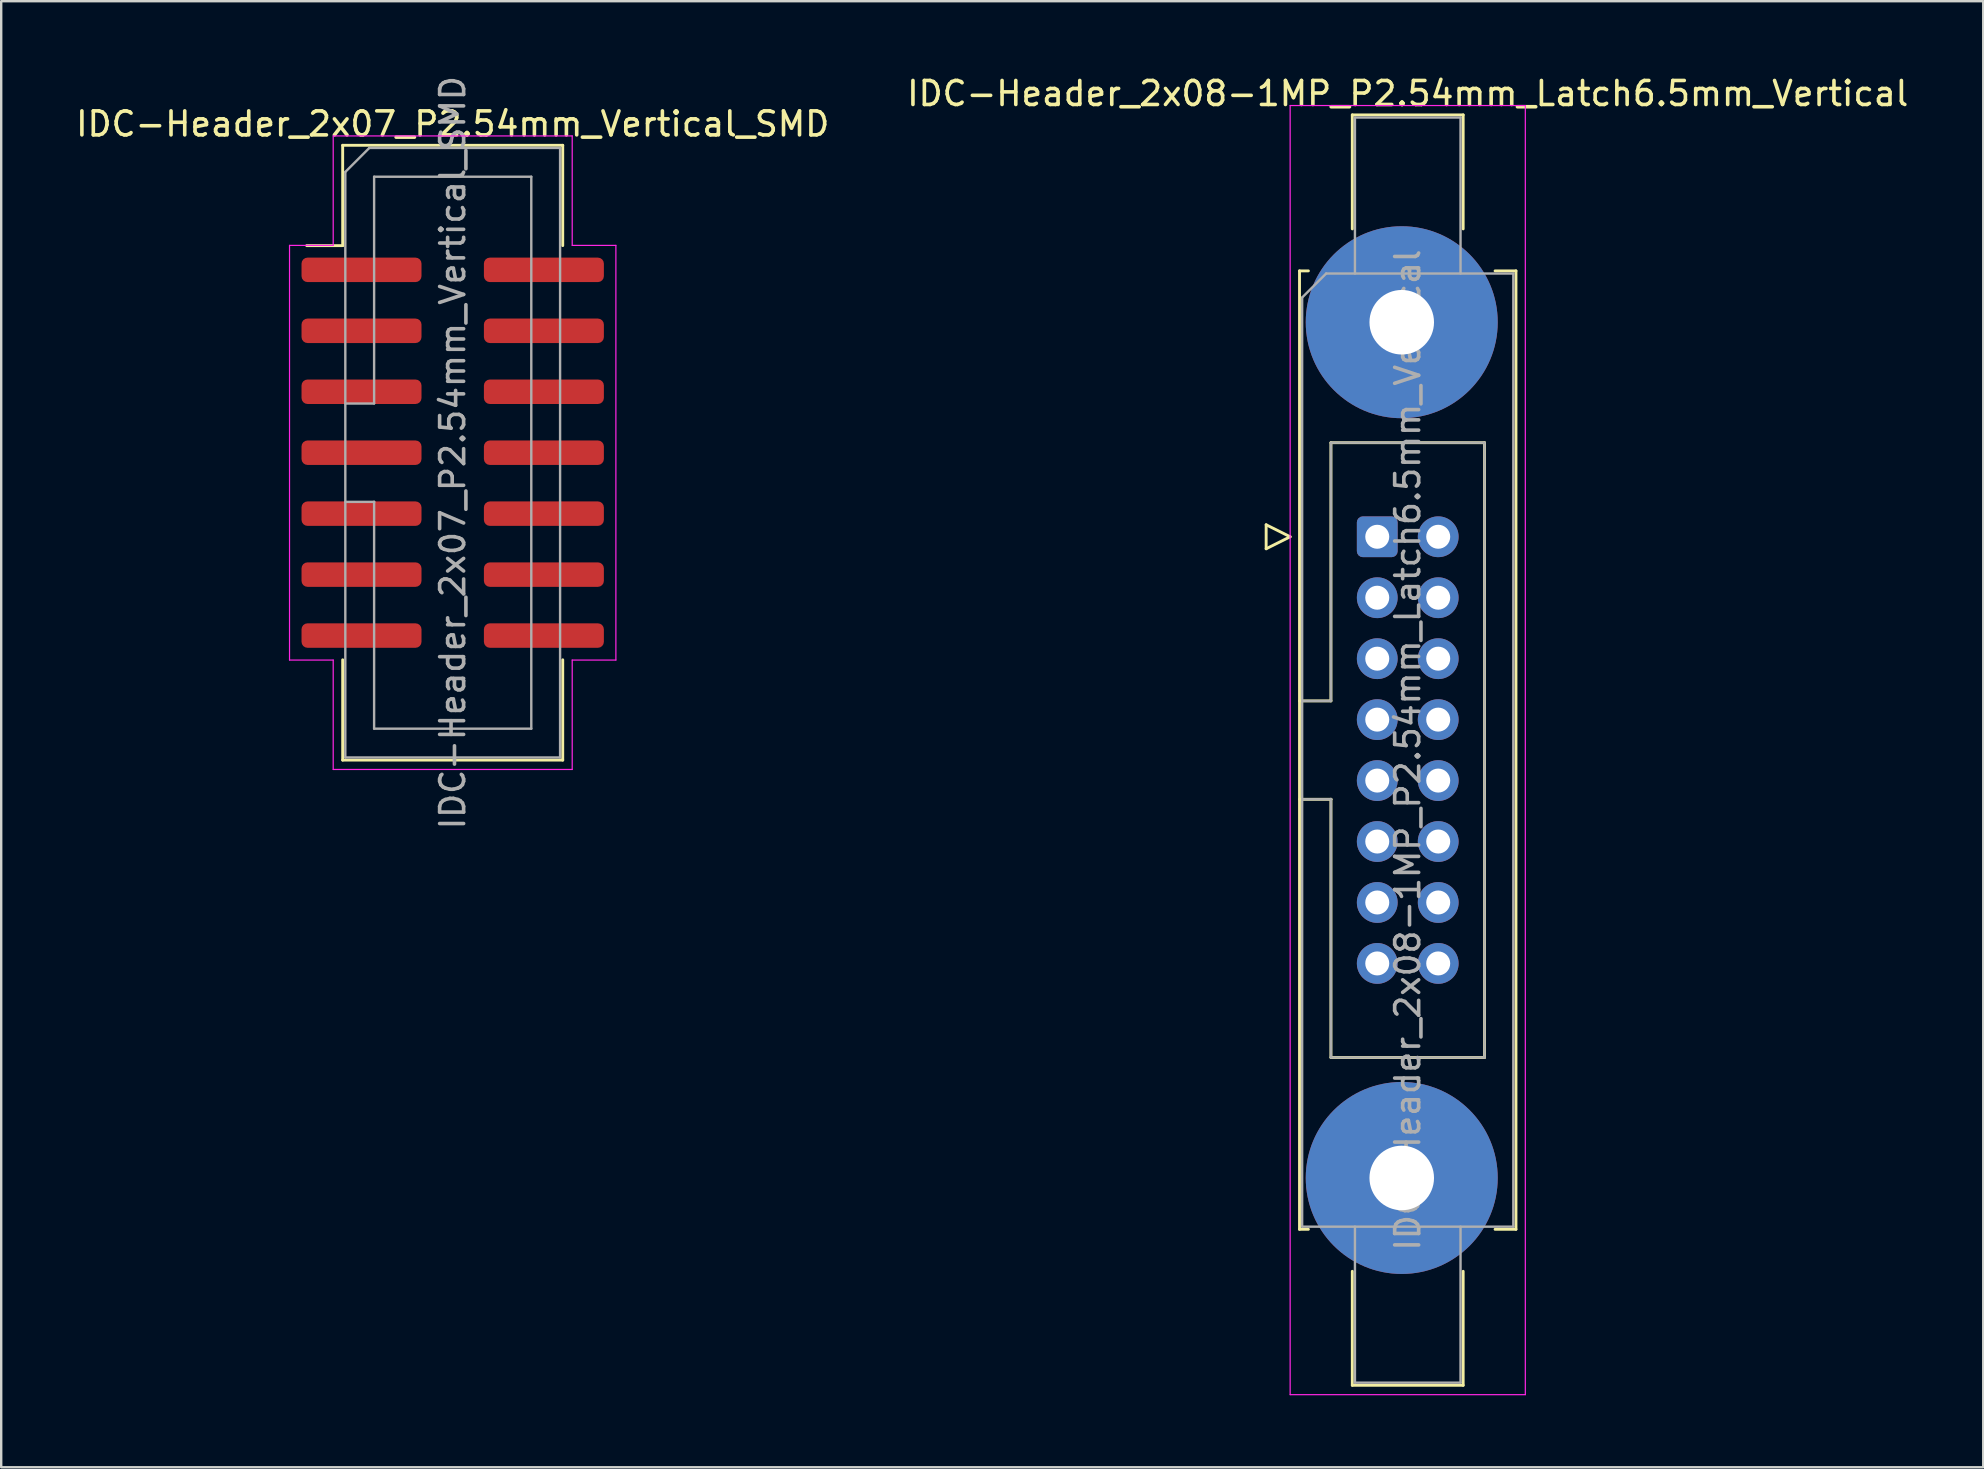
<source format=kicad_pcb>
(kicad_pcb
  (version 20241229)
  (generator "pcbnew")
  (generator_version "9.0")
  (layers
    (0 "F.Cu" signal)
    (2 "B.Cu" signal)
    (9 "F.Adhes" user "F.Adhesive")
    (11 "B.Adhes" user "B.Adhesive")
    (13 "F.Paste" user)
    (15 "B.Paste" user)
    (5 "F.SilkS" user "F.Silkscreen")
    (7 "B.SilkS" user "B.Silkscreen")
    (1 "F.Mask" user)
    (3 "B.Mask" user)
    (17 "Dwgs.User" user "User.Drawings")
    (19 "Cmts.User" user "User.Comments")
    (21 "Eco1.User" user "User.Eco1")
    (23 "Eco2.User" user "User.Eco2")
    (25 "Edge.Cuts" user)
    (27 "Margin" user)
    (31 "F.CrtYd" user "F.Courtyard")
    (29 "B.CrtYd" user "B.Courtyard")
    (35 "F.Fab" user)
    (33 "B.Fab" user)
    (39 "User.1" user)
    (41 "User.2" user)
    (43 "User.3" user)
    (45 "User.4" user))
  (footprint "IDC-Header_2x08-1MP_P2.54mm_Latch6.5mm_Vertical"
    (layer "F.Cu")
    (at 54.343 19.318)
    (property "Reference" "IDC-Header_2x08-1MP_P2.54mm_Latch6.5mm_Vertical" (at 1.27 -18.47 0) (layer "F.SilkS") (effects (font (size 1 1) (thickness 0.15))))
    (attr through_hole)
    (fp_line (start -4.63 -0.5) (end -4.63 0.5) (stroke (width 0.12) (type solid)) (layer "F.SilkS"))
    (fp_line (start -4.63 0.5) (end -3.63 0) (stroke (width 0.12) (type solid)) (layer "F.SilkS"))
    (fp_line (start -3.63 0) (end -4.63 -0.5) (stroke (width 0.12) (type solid)) (layer "F.SilkS"))
    (fp_line (start -3.24 -11.08) (end -3.24 28.86) (stroke (width 0.12) (type solid)) (layer "F.SilkS"))
    (fp_line (start -3.24 6.84) (end -1.93 6.84) (stroke (width 0.12) (type solid)) (layer "F.SilkS"))
    (fp_line (start -3.24 28.86) (end -2.87 28.86) (stroke (width 0.12) (type solid)) (layer "F.SilkS"))
    (fp_line (start -2.87 -11.08) (end -3.24 -11.08) (stroke (width 0.12) (type solid)) (layer "F.SilkS"))
    (fp_line (start -1.93 -3.92) (end 4.47 -3.92) (stroke (width 0.12) (type solid)) (layer "F.SilkS"))
    (fp_line (start -1.93 6.84) (end -1.93 -3.92) (stroke (width 0.12) (type solid)) (layer "F.SilkS"))
    (fp_line (start -1.93 10.94) (end -3.24 10.94) (stroke (width 0.12) (type solid)) (layer "F.SilkS"))
    (fp_line (start -1.93 10.94) (end -1.93 10.94) (stroke (width 0.12) (type solid)) (layer "F.SilkS"))
    (fp_line (start -1.93 21.7) (end -1.93 10.94) (stroke (width 0.12) (type solid)) (layer "F.SilkS"))
    (fp_line (start -1.04 -17.58) (end 3.58 -17.58) (stroke (width 0.12) (type solid)) (layer "F.SilkS"))
    (fp_line (start -1.04 -12.83) (end -1.04 -17.58) (stroke (width 0.12) (type solid)) (layer "F.SilkS"))
    (fp_line (start -1.04 30.61) (end -1.04 35.36) (stroke (width 0.12) (type solid)) (layer "F.SilkS"))
    (fp_line (start -1.04 35.36) (end 3.58 35.36) (stroke (width 0.12) (type solid)) (layer "F.SilkS"))
    (fp_line (start 3.58 -17.58) (end 3.58 -12.83) (stroke (width 0.12) (type solid)) (layer "F.SilkS"))
    (fp_line (start 3.58 35.36) (end 3.58 30.61) (stroke (width 0.12) (type solid)) (layer "F.SilkS"))
    (fp_line (start 4.47 -3.92) (end 4.47 21.7) (stroke (width 0.12) (type solid)) (layer "F.SilkS"))
    (fp_line (start 4.47 21.7) (end -1.93 21.7) (stroke (width 0.12) (type solid)) (layer "F.SilkS"))
    (fp_line (start 4.91 -11.08) (end 5.78 -11.08) (stroke (width 0.12) (type solid)) (layer "F.SilkS"))
    (fp_line (start 5.78 -11.08) (end 5.78 28.86) (stroke (width 0.12) (type solid)) (layer "F.SilkS"))
    (fp_line (start 5.78 28.86) (end 4.91 28.86) (stroke (width 0.12) (type solid)) (layer "F.SilkS"))
    (fp_line (start -3.63 -17.97) (end -3.63 35.75) (stroke (width 0.05) (type solid)) (layer "F.CrtYd"))
    (fp_line (start -3.63 35.75) (end 6.17 35.75) (stroke (width 0.05) (type solid)) (layer "F.CrtYd"))
    (fp_line (start 6.17 -17.97) (end -3.63 -17.97) (stroke (width 0.05) (type solid)) (layer "F.CrtYd"))
    (fp_line (start 6.17 35.75) (end 6.17 -17.97) (stroke (width 0.05) (type solid)) (layer "F.CrtYd"))
    (fp_line (start -3.13 -9.97) (end -2.13 -10.97) (stroke (width 0.1) (type solid)) (layer "F.Fab"))
    (fp_line (start -3.13 6.84) (end -1.93 6.84) (stroke (width 0.1) (type solid)) (layer "F.Fab"))
    (fp_line (start -3.13 28.75) (end -3.13 -9.97) (stroke (width 0.1) (type solid)) (layer "F.Fab"))
    (fp_line (start -2.13 -10.97) (end 5.67 -10.97) (stroke (width 0.1) (type solid)) (layer "F.Fab"))
    (fp_line (start -1.93 -3.92) (end 4.47 -3.92) (stroke (width 0.1) (type solid)) (layer "F.Fab"))
    (fp_line (start -1.93 6.84) (end -1.93 -3.92) (stroke (width 0.1) (type solid)) (layer "F.Fab"))
    (fp_line (start -1.93 10.94) (end -3.13 10.94) (stroke (width 0.1) (type solid)) (layer "F.Fab"))
    (fp_line (start -1.93 10.94) (end -1.93 10.94) (stroke (width 0.1) (type solid)) (layer "F.Fab"))
    (fp_line (start -1.93 21.7) (end -1.93 10.94) (stroke (width 0.1) (type solid)) (layer "F.Fab"))
    (fp_line (start -0.93 -17.47) (end 3.47 -17.47) (stroke (width 0.1) (type solid)) (layer "F.Fab"))
    (fp_line (start -0.93 -10.97) (end -0.93 -17.47) (stroke (width 0.1) (type solid)) (layer "F.Fab"))
    (fp_line (start -0.93 28.75) (end -0.93 35.25) (stroke (width 0.1) (type solid)) (layer "F.Fab"))
    (fp_line (start -0.93 35.25) (end 3.47 35.25) (stroke (width 0.1) (type solid)) (layer "F.Fab"))
    (fp_line (start 3.47 -17.47) (end 3.47 -10.97) (stroke (width 0.1) (type solid)) (layer "F.Fab"))
    (fp_line (start 3.47 35.25) (end 3.47 28.75) (stroke (width 0.1) (type solid)) (layer "F.Fab"))
    (fp_line (start 4.47 -3.92) (end 4.47 21.7) (stroke (width 0.1) (type solid)) (layer "F.Fab"))
    (fp_line (start 4.47 21.7) (end -1.93 21.7) (stroke (width 0.1) (type solid)) (layer "F.Fab"))
    (fp_line (start 5.67 -10.97) (end 5.67 28.75) (stroke (width 0.1) (type solid)) (layer "F.Fab"))
    (fp_line (start 5.67 28.75) (end -3.13 28.75) (stroke (width 0.1) (type solid)) (layer "F.Fab"))
    (fp_text user "${REFERENCE}" (at 1.27 8.89 90) (layer "F.Fab") (effects (font (size 1 1) (thickness 0.15))))
    (pad "1" thru_hole roundrect (at 0 0) (size 1.7 1.7) (drill 1) (layers "*.Cu" "*.Mask") (roundrect_rratio 0.147))
    (pad "2" thru_hole circle (at 2.54 0) (size 1.7 1.7) (drill 1) (layers "*.Cu" "*.Mask"))
    (pad "3" thru_hole circle (at 0 2.54) (size 1.7 1.7) (drill 1) (layers "*.Cu" "*.Mask"))
    (pad "4" thru_hole circle (at 2.54 2.54) (size 1.7 1.7) (drill 1) (layers "*.Cu" "*.Mask"))
    (pad "5" thru_hole circle (at 0 5.08) (size 1.7 1.7) (drill 1) (layers "*.Cu" "*.Mask"))
    (pad "6" thru_hole circle (at 2.54 5.08) (size 1.7 1.7) (drill 1) (layers "*.Cu" "*.Mask"))
    (pad "7" thru_hole circle (at 0 7.62) (size 1.7 1.7) (drill 1) (layers "*.Cu" "*.Mask"))
    (pad "8" thru_hole circle (at 2.54 7.62) (size 1.7 1.7) (drill 1) (layers "*.Cu" "*.Mask"))
    (pad "9" thru_hole circle (at 0 10.16) (size 1.7 1.7) (drill 1) (layers "*.Cu" "*.Mask"))
    (pad "10" thru_hole circle (at 2.54 10.16) (size 1.7 1.7) (drill 1) (layers "*.Cu" "*.Mask"))
    (pad "11" thru_hole circle (at 0 12.7) (size 1.7 1.7) (drill 1) (layers "*.Cu" "*.Mask"))
    (pad "12" thru_hole circle (at 2.54 12.7) (size 1.7 1.7) (drill 1) (layers "*.Cu" "*.Mask"))
    (pad "13" thru_hole circle (at 0 15.24) (size 1.7 1.7) (drill 1) (layers "*.Cu" "*.Mask"))
    (pad "14" thru_hole circle (at 2.54 15.24) (size 1.7 1.7) (drill 1) (layers "*.Cu" "*.Mask"))
    (pad "15" thru_hole circle (at 0 17.78) (size 1.7 1.7) (drill 1) (layers "*.Cu" "*.Mask"))
    (pad "16" thru_hole circle (at 2.54 17.78) (size 1.7 1.7) (drill 1) (layers "*.Cu" "*.Mask"))
    (pad "MP" thru_hole circle (at 1.02 -8.94) (size 8 8) (drill 2.69) (layers "*.Cu" "*.Mask"))
    (pad "MP" thru_hole circle (at 1.02 26.72) (size 8 8) (drill 2.69) (layers "*.Cu" "*.Mask")))
  (footprint "IDC-Header_2x07_P2.54mm_Vertical_SMD"
    (layer "F.Cu")
    (at 15.815 15.815)
    (property "Reference" "IDC-Header_2x07_P2.54mm_Vertical_SMD" (at 0 -13.7 0) (layer "F.SilkS") (effects (font (size 1 1) (thickness 0.15))))
    (attr smd)
    (fp_line (start -4.585 -12.81) (end 4.585 -12.81) (stroke (width 0.12) (type solid)) (layer "F.SilkS"))
    (fp_line (start -4.585 -8.63) (end -6.085 -8.63) (stroke (width 0.12) (type solid)) (layer "F.SilkS"))
    (fp_line (start -4.585 -8.63) (end -4.585 -12.81) (stroke (width 0.12) (type solid)) (layer "F.SilkS"))
    (fp_line (start -4.585 8.63) (end -4.585 12.81) (stroke (width 0.12) (type solid)) (layer "F.SilkS"))
    (fp_line (start -4.585 12.81) (end 4.585 12.81) (stroke (width 0.12) (type solid)) (layer "F.SilkS"))
    (fp_line (start 4.585 -12.81) (end 4.585 -8.63) (stroke (width 0.12) (type solid)) (layer "F.SilkS"))
    (fp_line (start 4.585 12.81) (end 4.585 8.63) (stroke (width 0.12) (type solid)) (layer "F.SilkS"))
    (fp_line (start -6.8 -8.64) (end -6.8 8.64) (stroke (width 0.05) (type solid)) (layer "F.CrtYd"))
    (fp_line (start -6.8 8.64) (end -4.98 8.64) (stroke (width 0.05) (type solid)) (layer "F.CrtYd"))
    (fp_line (start -4.98 -13.2) (end -4.98 -8.64) (stroke (width 0.05) (type solid)) (layer "F.CrtYd"))
    (fp_line (start -4.98 -8.64) (end -6.8 -8.64) (stroke (width 0.05) (type solid)) (layer "F.CrtYd"))
    (fp_line (start -4.98 8.64) (end -4.98 13.2) (stroke (width 0.05) (type solid)) (layer "F.CrtYd"))
    (fp_line (start -4.98 13.2) (end 4.98 13.2) (stroke (width 0.05) (type solid)) (layer "F.CrtYd"))
    (fp_line (start 4.98 -13.2) (end -4.98 -13.2) (stroke (width 0.05) (type solid)) (layer "F.CrtYd"))
    (fp_line (start 4.98 -8.64) (end 4.98 -13.2) (stroke (width 0.05) (type solid)) (layer "F.CrtYd"))
    (fp_line (start 4.98 8.64) (end 6.8 8.64) (stroke (width 0.05) (type solid)) (layer "F.CrtYd"))
    (fp_line (start 4.98 13.2) (end 4.98 8.64) (stroke (width 0.05) (type solid)) (layer "F.CrtYd"))
    (fp_line (start 6.8 -8.64) (end 4.98 -8.64) (stroke (width 0.05) (type solid)) (layer "F.CrtYd"))
    (fp_line (start 6.8 8.64) (end 6.8 -8.64) (stroke (width 0.05) (type solid)) (layer "F.CrtYd"))
    (fp_line (start -4.475 -11.7) (end -3.475 -12.7) (stroke (width 0.1) (type solid)) (layer "F.Fab"))
    (fp_line (start -4.475 -2.05) (end -3.275 -2.05) (stroke (width 0.1) (type solid)) (layer "F.Fab"))
    (fp_line (start -4.475 12.7) (end -4.475 -11.7) (stroke (width 0.1) (type solid)) (layer "F.Fab"))
    (fp_line (start -3.475 -12.7) (end 4.475 -12.7) (stroke (width 0.1) (type solid)) (layer "F.Fab"))
    (fp_line (start -3.275 -11.5) (end 3.275 -11.5) (stroke (width 0.1) (type solid)) (layer "F.Fab"))
    (fp_line (start -3.275 -2.05) (end -3.275 -11.5) (stroke (width 0.1) (type solid)) (layer "F.Fab"))
    (fp_line (start -3.275 2.05) (end -4.475 2.05) (stroke (width 0.1) (type solid)) (layer "F.Fab"))
    (fp_line (start -3.275 2.05) (end -3.275 2.05) (stroke (width 0.1) (type solid)) (layer "F.Fab"))
    (fp_line (start -3.275 11.5) (end -3.275 2.05) (stroke (width 0.1) (type solid)) (layer "F.Fab"))
    (fp_line (start 3.275 -11.5) (end 3.275 11.5) (stroke (width 0.1) (type solid)) (layer "F.Fab"))
    (fp_line (start 3.275 11.5) (end -3.275 11.5) (stroke (width 0.1) (type solid)) (layer "F.Fab"))
    (fp_line (start 4.475 -12.7) (end 4.475 12.7) (stroke (width 0.1) (type solid)) (layer "F.Fab"))
    (fp_line (start 4.475 12.7) (end -4.475 12.7) (stroke (width 0.1) (type solid)) (layer "F.Fab"))
    (fp_text user "${REFERENCE}" (at 0 0 90) (layer "F.Fab") (effects (font (size 1 1) (thickness 0.15))))
    (pad "1" smd roundrect (at -3.8 -7.62) (size 5 1.02) (layers "F.Cu" "F.Mask" "F.Paste") (roundrect_rratio 0.245))
    (pad "2" smd roundrect (at 3.8 -7.62) (size 5 1.02) (layers "F.Cu" "F.Mask" "F.Paste") (roundrect_rratio 0.245))
    (pad "3" smd roundrect (at -3.8 -5.08) (size 5 1.02) (layers "F.Cu" "F.Mask" "F.Paste") (roundrect_rratio 0.245))
    (pad "4" smd roundrect (at 3.8 -5.08) (size 5 1.02) (layers "F.Cu" "F.Mask" "F.Paste") (roundrect_rratio 0.245))
    (pad "5" smd roundrect (at -3.8 -2.54) (size 5 1.02) (layers "F.Cu" "F.Mask" "F.Paste") (roundrect_rratio 0.245))
    (pad "6" smd roundrect (at 3.8 -2.54) (size 5 1.02) (layers "F.Cu" "F.Mask" "F.Paste") (roundrect_rratio 0.245))
    (pad "7" smd roundrect (at -3.8 0) (size 5 1.02) (layers "F.Cu" "F.Mask" "F.Paste") (roundrect_rratio 0.245))
    (pad "8" smd roundrect (at 3.8 0) (size 5 1.02) (layers "F.Cu" "F.Mask" "F.Paste") (roundrect_rratio 0.245))
    (pad "9" smd roundrect (at -3.8 2.54) (size 5 1.02) (layers "F.Cu" "F.Mask" "F.Paste") (roundrect_rratio 0.245))
    (pad "10" smd roundrect (at 3.8 2.54) (size 5 1.02) (layers "F.Cu" "F.Mask" "F.Paste") (roundrect_rratio 0.245))
    (pad "11" smd roundrect (at -3.8 5.08) (size 5 1.02) (layers "F.Cu" "F.Mask" "F.Paste") (roundrect_rratio 0.245))
    (pad "12" smd roundrect (at 3.8 5.08) (size 5 1.02) (layers "F.Cu" "F.Mask" "F.Paste") (roundrect_rratio 0.245))
    (pad "13" smd roundrect (at -3.8 7.62) (size 5 1.02) (layers "F.Cu" "F.Mask" "F.Paste") (roundrect_rratio 0.245))
    (pad "14" smd roundrect (at 3.8 7.62) (size 5 1.02) (layers "F.Cu" "F.Mask" "F.Paste") (roundrect_rratio 0.245)))
  (gr_rect
    (start -3 -3)
    (end 79.595 58.093)
    (stroke (width 0.1) (type default))
    (fill no)
    (layer "Edge.Cuts")))
</source>
